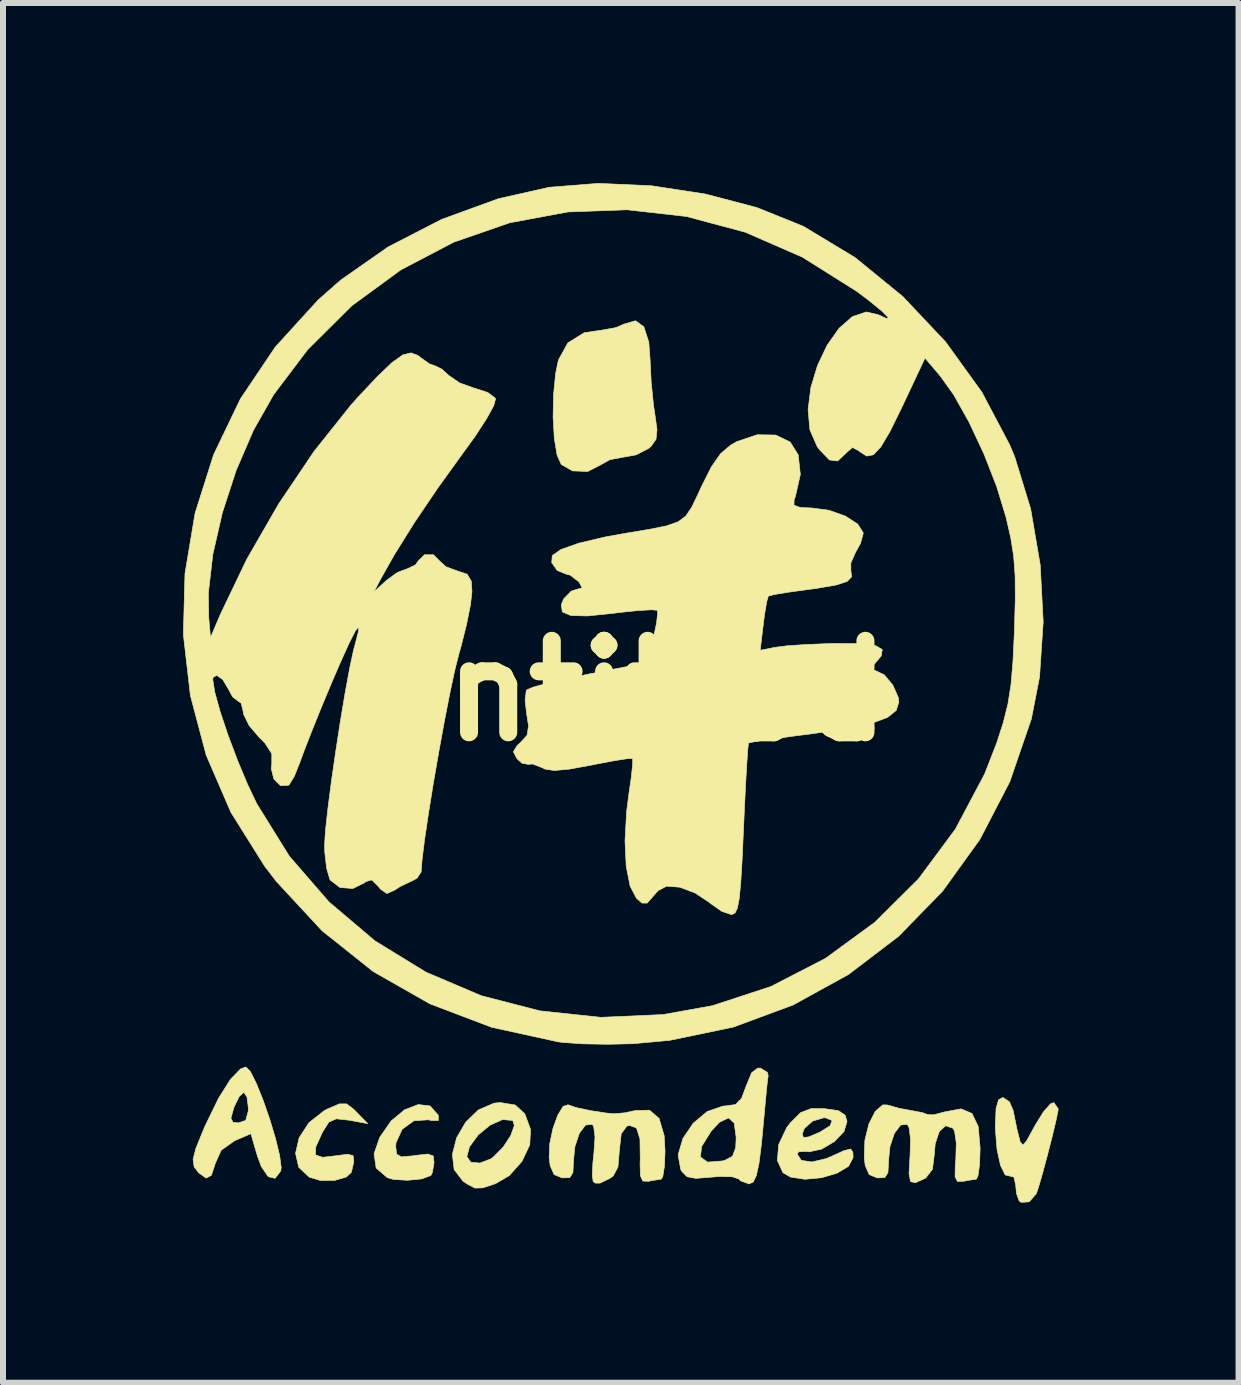
<source format=kicad_pcb>
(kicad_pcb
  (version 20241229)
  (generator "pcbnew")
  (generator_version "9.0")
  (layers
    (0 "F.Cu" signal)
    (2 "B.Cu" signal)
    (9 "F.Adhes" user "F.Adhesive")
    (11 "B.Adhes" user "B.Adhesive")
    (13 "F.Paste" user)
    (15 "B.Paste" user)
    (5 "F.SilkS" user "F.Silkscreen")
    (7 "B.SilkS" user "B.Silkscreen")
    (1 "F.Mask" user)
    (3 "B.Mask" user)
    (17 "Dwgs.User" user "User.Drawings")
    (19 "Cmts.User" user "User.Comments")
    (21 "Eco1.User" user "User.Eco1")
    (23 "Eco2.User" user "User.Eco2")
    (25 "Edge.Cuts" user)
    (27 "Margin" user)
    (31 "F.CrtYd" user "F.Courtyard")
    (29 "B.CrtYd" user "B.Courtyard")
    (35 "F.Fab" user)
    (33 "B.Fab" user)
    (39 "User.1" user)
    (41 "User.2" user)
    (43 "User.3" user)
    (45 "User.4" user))
  (footprint "Untitled"
    (layer "F.Cu")
    (at 7.268 8.461)
    (property "Reference" "Untitled" (at 0 0 0) (layer "F.SilkS") (effects (font (size 1.524 1.524) (thickness 0.3))))
    (attr through_hole)
    (fp_poly (pts (xy 0.409 -6.066) (xy 0.491 -5.812) (xy 0.513 -5.514) (xy 0.531 -5.146) (xy 0.569 -4.764) (xy 0.592 -4.614) (xy 0.628 -4.352) (xy 0.612 -4.194) (xy 0.535 -4.082) (xy 0.493 -4.043) (xy 0.278 -3.932) (xy 0.069 -3.895) (xy -0.157 -3.853) (xy -0.308 -3.768) (xy -0.526 -3.656) (xy -0.78 -3.666) (xy -0.968 -3.774) (xy -1.037 -3.931) (xy -1.083 -4.208) (xy -1.103 -4.559) (xy -1.096 -4.934) (xy -1.061 -5.287) (xy -1.015 -5.511) (xy -0.857 -5.799) (xy -0.584 -5.968) (xy -0.291 -6.011) (xy -0.057 -6.053) (xy 0.079 -6.112) (xy 0.27 -6.167) (xy 0.409 -6.066)) (stroke (width 0.01) (type solid)) (fill yes) (layer "F.SilkS"))
    (fp_poly (pts (xy -4.423 6.972) (xy -4.379 7.017) (xy -4.191 7.209) (xy -4.502 7.152) (xy -4.716 7.129) (xy -4.839 7.183) (xy -4.943 7.348) (xy -4.947 7.354) (xy -5.058 7.6) (xy -5.061 7.731) (xy -4.944 7.77) (xy -4.741 7.747) (xy -4.526 7.719) (xy -4.435 7.743) (xy -4.424 7.836) (xy -4.428 7.864) (xy -4.464 8.02) (xy -4.548 8.098) (xy -4.738 8.154) (xy -4.743 8.155) (xy -4.982 8.156) (xy -5.166 8.101) (xy -5.341 7.936) (xy -5.394 7.704) (xy -5.334 7.444) (xy -5.171 7.194) (xy -4.916 6.993) (xy -4.862 6.965) (xy -4.664 6.88) (xy -4.543 6.88) (xy -4.423 6.972)) (stroke (width 0.01) (type solid)) (fill yes) (layer "F.SilkS"))
    (fp_poly (pts (xy -3.153 6.915) (xy -3.02 7.063) (xy -3.016 7.074) (xy -3.015 7.158) (xy -3.133 7.157) (xy -3.181 7.145) (xy -3.421 7.161) (xy -3.619 7.304) (xy -3.721 7.53) (xy -3.725 7.592) (xy -3.71 7.718) (xy -3.631 7.763) (xy -3.442 7.746) (xy -3.4 7.739) (xy -3.19 7.716) (xy -3.101 7.747) (xy -3.087 7.852) (xy -3.088 7.864) (xy -3.114 8.021) (xy -3.138 8.072) (xy -3.292 8.13) (xy -3.528 8.153) (xy -3.762 8.139) (xy -3.866 8.109) (xy -4.051 7.949) (xy -4.086 7.711) (xy -3.992 7.439) (xy -3.803 7.166) (xy -3.578 6.979) (xy -3.35 6.891) (xy -3.153 6.915)) (stroke (width 0.01) (type solid)) (fill yes) (layer "F.SilkS"))
    (fp_poly (pts (xy -1.734 6.899) (xy -1.575 7.045) (xy -1.479 7.305) (xy -1.492 7.563) (xy -1.622 7.838) (xy -1.833 8.075) (xy -2.066 8.211) (xy -2.275 8.279) (xy -2.404 8.283) (xy -2.532 8.217) (xy -2.606 8.166) (xy -2.752 7.974) (xy -2.777 7.758) (xy -2.54 7.758) (xy -2.475 7.852) (xy -2.322 7.866) (xy -2.142 7.797) (xy -2.101 7.768) (xy -1.934 7.599) (xy -1.808 7.406) (xy -1.749 7.24) (xy -1.774 7.157) (xy -1.943 7.141) (xy -2.151 7.233) (xy -2.351 7.397) (xy -2.496 7.595) (xy -2.54 7.758) (xy -2.777 7.758) (xy -2.781 7.72) (xy -2.71 7.444) (xy -2.559 7.184) (xy -2.345 6.979) (xy -2.087 6.868) (xy -1.985 6.858) (xy -1.734 6.899)) (stroke (width 0.01) (type solid)) (fill yes) (layer "F.SilkS"))
    (fp_poly (pts (xy 6.5 6.846) (xy 6.56 6.985) (xy 6.63 7.325) (xy 6.679 7.514) (xy 6.725 7.565) (xy 6.789 7.492) (xy 6.89 7.307) (xy 6.928 7.237) (xy 7.064 7.016) (xy 7.182 6.881) (xy 7.239 6.859) (xy 7.311 6.961) (xy 7.311 6.985) (xy 7.275 7.16) (xy 7.211 7.428) (xy 7.132 7.737) (xy 7.052 8.034) (xy 6.985 8.266) (xy 6.947 8.377) (xy 6.828 8.512) (xy 6.695 8.521) (xy 6.662 8.497) (xy 6.617 8.374) (xy 6.604 8.236) (xy 6.575 8.101) (xy 6.519 8.086) (xy 6.429 8.064) (xy 6.351 7.905) (xy 6.293 7.641) (xy 6.266 7.307) (xy 6.265 7.233) (xy 6.277 6.954) (xy 6.319 6.811) (xy 6.391 6.773) (xy 6.5 6.846)) (stroke (width 0.01) (type solid)) (fill yes) (layer "F.SilkS"))
    (fp_poly (pts (xy -6.147 6.341) (xy -6.047 6.54) (xy -5.934 6.82) (xy -5.822 7.143) (xy -5.726 7.464) (xy -5.658 7.745) (xy -5.633 7.943) (xy -5.641 7.998) (xy -5.735 8.121) (xy -5.85 8.092) (xy -5.965 7.923) (xy -6.028 7.753) (xy -6.138 7.377) (xy -6.405 7.491) (xy -6.633 7.652) (xy -6.729 7.866) (xy -6.796 8.07) (xy -6.884 8.117) (xy -7.01 8.026) (xy -7.084 7.928) (xy -7.101 7.806) (xy -7.055 7.623) (xy -6.94 7.339) (xy -6.894 7.232) (xy -6.838 7.118) (xy -6.471 7.118) (xy -6.437 7.187) (xy -6.346 7.197) (xy -6.224 7.155) (xy -6.182 7.001) (xy -6.181 6.943) (xy -6.203 6.764) (xy -6.256 6.689) (xy -6.257 6.689) (xy -6.335 6.76) (xy -6.418 6.932) (xy -6.422 6.943) (xy -6.471 7.118) (xy -6.838 7.118) (xy -6.677 6.787) (xy -6.478 6.471) (xy -6.308 6.296) (xy -6.221 6.265) (xy -6.147 6.341)) (stroke (width 0.01) (type solid)) (fill yes) (layer "F.SilkS"))
    (fp_poly (pts (xy 3.419 6.96) (xy 3.65 6.993) (xy 3.761 7.067) (xy 3.794 7.173) (xy 3.743 7.341) (xy 3.583 7.508) (xy 3.37 7.634) (xy 3.16 7.679) (xy 3.111 7.672) (xy 2.988 7.678) (xy 2.963 7.715) (xy 3.032 7.821) (xy 3.208 7.848) (xy 3.446 7.792) (xy 3.524 7.759) (xy 3.746 7.658) (xy 3.855 7.632) (xy 3.891 7.685) (xy 3.895 7.776) (xy 3.819 7.92) (xy 3.626 8.035) (xy 3.366 8.111) (xy 3.091 8.136) (xy 2.851 8.099) (xy 2.726 8.026) (xy 2.633 7.823) (xy 2.656 7.556) (xy 2.738 7.383) (xy 3.048 7.383) (xy 3.068 7.441) (xy 3.155 7.43) (xy 3.34 7.352) (xy 3.511 7.245) (xy 3.546 7.157) (xy 3.437 7.113) (xy 3.404 7.112) (xy 3.222 7.166) (xy 3.082 7.29) (xy 3.048 7.383) (xy 2.738 7.383) (xy 2.788 7.277) (xy 2.847 7.199) (xy 3.021 7.025) (xy 3.197 6.958) (xy 3.419 6.96)) (stroke (width 0.01) (type solid)) (fill yes) (layer "F.SilkS"))
    (fp_poly (pts (xy 2.354 6.286) (xy 2.468 6.356) (xy 2.48 6.408) (xy 2.464 6.534) (xy 2.44 6.776) (xy 2.412 7.081) (xy 2.368 7.549) (xy 2.327 7.872) (xy 2.283 8.074) (xy 2.232 8.18) (xy 2.167 8.212) (xy 2.16 8.213) (xy 2.02 8.162) (xy 1.992 8.132) (xy 1.886 8.095) (xy 1.672 8.089) (xy 1.53 8.101) (xy 1.274 8.121) (xy 1.13 8.094) (xy 1.043 8.007) (xy 1.023 7.971) (xy 0.986 7.766) (xy 1.352 7.766) (xy 1.469 7.85) (xy 1.717 7.831) (xy 1.757 7.821) (xy 1.885 7.754) (xy 1.939 7.611) (xy 1.947 7.441) (xy 1.914 7.199) (xy 1.819 7.114) (xy 1.668 7.186) (xy 1.53 7.335) (xy 1.371 7.591) (xy 1.352 7.766) (xy 0.986 7.766) (xy 0.98 7.729) (xy 1.059 7.458) (xy 1.231 7.203) (xy 1.463 7.008) (xy 1.725 6.917) (xy 1.77 6.914) (xy 1.936 6.891) (xy 2.037 6.789) (xy 2.112 6.585) (xy 2.204 6.362) (xy 2.308 6.283) (xy 2.354 6.286)) (stroke (width 0.01) (type solid)) (fill yes) (layer "F.SilkS"))
    (fp_poly (pts (xy -0.718 6.942) (xy -0.483 6.992) (xy -0.223 7.032) (xy -0.085 7.045) (xy 0.091 7.029) (xy 0.263 6.992) (xy 0.503 6.985) (xy 0.663 7.123) (xy 0.747 7.409) (xy 0.762 7.668) (xy 0.751 7.923) (xy 0.724 8.093) (xy 0.699 8.134) (xy 0.568 8.154) (xy 0.483 8.17) (xy 0.391 8.165) (xy 0.351 8.077) (xy 0.346 7.869) (xy 0.349 7.798) (xy 0.344 7.464) (xy 0.286 7.281) (xy 0.171 7.239) (xy 0.124 7.252) (xy 0.032 7.377) (xy 0.000015 7.66) (xy 0 7.668) (xy -0.023 7.934) (xy -0.103 8.082) (xy -0.164 8.125) (xy -0.321 8.2) (xy -0.401 8.2) (xy -0.436 8.171) (xy -0.45 8.071) (xy -0.44 7.859) (xy -0.423 7.702) (xy -0.405 7.431) (xy -0.427 7.257) (xy -0.451 7.222) (xy -0.563 7.232) (xy -0.666 7.37) (xy -0.74 7.592) (xy -0.762 7.811) (xy -0.773 8.023) (xy -0.826 8.109) (xy -0.947 8.113) (xy -0.953 8.113) (xy -1.087 8.057) (xy -1.152 7.908) (xy -1.169 7.776) (xy -1.159 7.544) (xy -1.106 7.292) (xy -1.026 7.069) (xy -0.936 6.922) (xy -0.855 6.895) (xy -0.718 6.942)) (stroke (width 0.01) (type solid)) (fill yes) (layer "F.SilkS"))
    (fp_poly (pts (xy 4.466 6.898) (xy 4.661 6.954) (xy 4.859 6.99) (xy 5.047 7.025) (xy 5.141 7.06) (xy 5.239 7.062) (xy 5.42 7.014) (xy 5.693 6.963) (xy 5.876 7.04) (xy 5.979 7.255) (xy 6.011 7.618) (xy 6.011 7.623) (xy 6.002 7.891) (xy 5.976 8.077) (xy 5.948 8.134) (xy 5.818 8.154) (xy 5.726 8.171) (xy 5.633 8.17) (xy 5.594 8.096) (xy 5.597 7.91) (xy 5.607 7.787) (xy 5.614 7.529) (xy 5.586 7.338) (xy 5.56 7.287) (xy 5.438 7.244) (xy 5.331 7.34) (xy 5.263 7.543) (xy 5.249 7.712) (xy 5.217 7.97) (xy 5.107 8.112) (xy 5.086 8.125) (xy 4.933 8.194) (xy 4.852 8.175) (xy 4.827 8.042) (xy 4.842 7.769) (xy 4.844 7.743) (xy 4.852 7.472) (xy 4.829 7.28) (xy 4.799 7.222) (xy 4.687 7.232) (xy 4.583 7.37) (xy 4.509 7.592) (xy 4.487 7.811) (xy 4.476 8.023) (xy 4.423 8.109) (xy 4.302 8.113) (xy 4.297 8.113) (xy 4.162 8.057) (xy 4.097 7.908) (xy 4.081 7.776) (xy 4.091 7.486) (xy 4.158 7.215) (xy 4.264 7.005) (xy 4.389 6.897) (xy 4.466 6.898)) (stroke (width 0.01) (type solid)) (fill yes) (layer "F.SilkS"))
    (fp_poly (pts (xy 2.606 -4.263) (xy 2.846 -4.147) (xy 2.98 -3.934) (xy 3.016 -3.607) (xy 2.935 -3.245) (xy 2.912 -3.183) (xy 2.91 -3.095) (xy 3.013 -3.056) (xy 3.201 -3.048) (xy 3.493 -3.01) (xy 3.766 -2.913) (xy 3.972 -2.78) (xy 4.063 -2.636) (xy 4.063 -2.622) (xy 4.018 -2.457) (xy 3.937 -2.312) (xy 3.857 -2.13) (xy 3.858 -2.005) (xy 3.87 -1.901) (xy 3.796 -1.824) (xy 3.611 -1.764) (xy 3.292 -1.709) (xy 3.113 -1.685) (xy 2.814 -1.644) (xy 2.589 -1.607) (xy 2.484 -1.58) (xy 2.482 -1.578) (xy 2.455 -1.483) (xy 2.42 -1.275) (xy 2.399 -1.112) (xy 2.347 -0.677) (xy 2.598 -0.727) (xy 2.797 -0.752) (xy 3.109 -0.773) (xy 3.476 -0.788) (xy 3.596 -0.791) (xy 4.009 -0.787) (xy 4.266 -0.756) (xy 4.381 -0.69) (xy 4.364 -0.584) (xy 4.273 -0.475) (xy 4.185 -0.372) (xy 4.224 -0.34) (xy 4.265 -0.339) (xy 4.414 -0.268) (xy 4.557 -0.097) (xy 4.647 0.107) (xy 4.657 0.186) (xy 4.613 0.325) (xy 4.471 0.44) (xy 4.212 0.537) (xy 3.82 0.623) (xy 3.277 0.704) (xy 3.226 0.711) (xy 2.825 0.763) (xy 2.491 0.81) (xy 2.257 0.846) (xy 2.155 0.866) (xy 2.153 0.867) (xy 2.142 0.955) (xy 2.126 1.183) (xy 2.106 1.525) (xy 2.085 1.951) (xy 2.069 2.307) (xy 2.045 2.832) (xy 2.022 3.21) (xy 1.997 3.465) (xy 1.967 3.62) (xy 1.928 3.699) (xy 1.877 3.725) (xy 1.863 3.725) (xy 1.705 3.671) (xy 1.516 3.538) (xy 1.503 3.526) (xy 1.263 3.366) (xy 1.006 3.27) (xy 0.787 3.253) (xy 0.643 3.329) (xy 0.577 3.406) (xy 0.464 3.535) (xy 0.377 3.534) (xy 0.285 3.453) (xy 0.18 3.252) (xy 0.115 2.923) (xy 0.095 2.5) (xy 0.121 2.019) (xy 0.157 1.734) (xy 0.199 1.442) (xy 0.222 1.224) (xy 0.223 1.126) (xy 0.222 1.125) (xy 0.133 1.129) (xy -0.08 1.162) (xy -0.377 1.218) (xy -0.469 1.237) (xy -0.839 1.304) (xy -1.084 1.326) (xy -1.24 1.302) (xy -1.29 1.277) (xy -1.445 1.217) (xy -1.518 1.224) (xy -1.622 1.204) (xy -1.702 1.132) (xy -1.765 1.014) (xy -1.7 0.906) (xy -1.644 0.858) (xy -1.537 0.738) (xy -1.512 0.584) (xy -1.543 0.387) (xy -1.57 0.156) (xy -1.551 0.000164) (xy -1.538 -0.02) (xy -1.429 -0.065) (xy -1.19 -0.131) (xy -0.857 -0.209) (xy -0.499 -0.283) (xy 0.466 -0.472) (xy 0.569 -0.888) (xy 0.621 -1.133) (xy 0.639 -1.302) (xy 0.632 -1.344) (xy 0.535 -1.352) (xy 0.312 -1.339) (xy 0.006 -1.307) (xy -0.107 -1.292) (xy -0.532 -1.249) (xy -0.808 -1.256) (xy -0.949 -1.317) (xy -0.967 -1.435) (xy -0.927 -1.533) (xy -0.8 -1.663) (xy -0.706 -1.693) (xy -0.619 -1.716) (xy -0.668 -1.809) (xy -0.677 -1.82) (xy -0.816 -1.928) (xy -0.889 -1.947) (xy -1.035 -2.007) (xy -1.126 -2.137) (xy -1.117 -2.255) (xy -0.971 -2.357) (xy -0.672 -2.462) (xy -0.237 -2.565) (xy 0.085 -2.623) (xy 0.504 -2.693) (xy 0.791 -2.751) (xy 0.981 -2.818) (xy 1.108 -2.914) (xy 1.207 -3.061) (xy 1.312 -3.28) (xy 1.366 -3.399) (xy 1.534 -3.733) (xy 1.685 -3.95) (xy 1.853 -4.094) (xy 1.958 -4.154) (xy 2.298 -4.268) (xy 2.606 -4.263)) (stroke (width 0.01) (type solid)) (fill yes) (layer "F.SilkS"))
    (fp_poly (pts (xy 0.538 -8.416) (xy 1.436 -8.278) (xy 2.292 -8.053) (xy 3.051 -7.747) (xy 3.074 -7.736) (xy 3.928 -7.22) (xy 4.725 -6.569) (xy 5.438 -5.812) (xy 6.04 -4.978) (xy 6.506 -4.095) (xy 6.589 -3.895) (xy 6.853 -3.034) (xy 7.012 -2.103) (xy 7.062 -1.152) (xy 7.001 -0.231) (xy 6.865 0.466) (xy 6.505 1.514) (xy 6.007 2.474) (xy 5.386 3.336) (xy 4.652 4.089) (xy 3.818 4.724) (xy 2.896 5.232) (xy 1.899 5.601) (xy 0.838 5.822) (xy 0.223 5.878) (xy -0.191 5.887) (xy -0.606 5.88) (xy -0.946 5.856) (xy -1.016 5.847) (xy -2.127 5.604) (xy -3.156 5.213) (xy -4.099 4.676) (xy -4.952 3.996) (xy -5.714 3.174) (xy -5.908 2.921) (xy -6.471 2.023) (xy -6.883 1.069) (xy -7.146 0.076) (xy -7.263 -0.938) (xy -7.245 -1.629) (xy -6.847 -1.629) (xy -6.841 -1.228) (xy -6.811 -0.889) (xy -6.649 -1.27) (xy -6.207 -2.193) (xy -5.674 -3.118) (xy -5.084 -3.993) (xy -4.471 -4.762) (xy -4.356 -4.891) (xy -4.028 -5.24) (xy -3.786 -5.471) (xy -3.607 -5.598) (xy -3.471 -5.632) (xy -3.356 -5.59) (xy -3.309 -5.552) (xy -3.16 -5.447) (xy -3.076 -5.419) (xy -2.958 -5.362) (xy -2.844 -5.258) (xy -2.66 -5.131) (xy -2.415 -5.044) (xy -2.403 -5.041) (xy -2.193 -4.973) (xy -2.068 -4.879) (xy -2.062 -4.866) (xy -2.092 -4.753) (xy -2.211 -4.536) (xy -2.401 -4.244) (xy -2.606 -3.961) (xy -3.02 -3.387) (xy -3.411 -2.809) (xy -3.746 -2.272) (xy -3.977 -1.863) (xy -4.087 -1.651) (xy -3.88 -1.841) (xy -3.697 -1.974) (xy -3.543 -2.032) (xy -3.538 -2.032) (xy -3.394 -2.101) (xy -3.356 -2.159) (xy -3.245 -2.269) (xy -3.096 -2.268) (xy -2.998 -2.169) (xy -2.889 -2.069) (xy -2.704 -2.001) (xy -2.535 -1.945) (xy -2.466 -1.829) (xy -2.455 -1.654) (xy -2.479 -1.438) (xy -2.543 -1.117) (xy -2.635 -0.75) (xy -2.673 -0.615) (xy -2.741 -0.345) (xy -2.824 0.041) (xy -2.915 0.509) (xy -3.009 1.023) (xy -3.1 1.547) (xy -3.18 2.045) (xy -3.245 2.481) (xy -3.287 2.82) (xy -3.302 3.017) (xy -3.371 3.121) (xy -3.45 3.163) (xy -3.646 3.256) (xy -3.744 3.319) (xy -3.873 3.376) (xy -3.981 3.3) (xy -4.014 3.258) (xy -4.126 3.148) (xy -4.225 3.178) (xy -4.245 3.196) (xy -4.439 3.292) (xy -4.655 3.275) (xy -4.815 3.152) (xy -4.823 3.138) (xy -4.876 2.957) (xy -4.907 2.689) (xy -4.91 2.567) (xy -4.896 2.331) (xy -4.856 1.968) (xy -4.798 1.517) (xy -4.726 1.018) (xy -4.648 0.51) (xy -4.568 0.032) (xy -4.493 -0.376) (xy -4.429 -0.674) (xy -4.407 -0.756) (xy -4.346 -0.989) (xy -4.343 -1.068) (xy -4.398 -1) (xy -4.505 -0.788) (xy -4.663 -0.438) (xy -4.804 -0.11) (xy -4.975 0.301) (xy -5.13 0.686) (xy -5.253 1.001) (xy -5.327 1.204) (xy -5.328 1.205) (xy -5.414 1.421) (xy -5.497 1.558) (xy -5.513 1.572) (xy -5.646 1.578) (xy -5.755 1.468) (xy -5.799 1.294) (xy -5.79 1.218) (xy -5.79 1.046) (xy -5.903 0.87) (xy -6.002 0.771) (xy -6.168 0.576) (xy -6.259 0.391) (xy -6.265 0.347) (xy -6.3 0.205) (xy -6.352 0.169) (xy -6.443 0.099) (xy -6.519 -0.042) (xy -6.607 -0.189) (xy -6.705 -0.259) (xy -6.768 -0.227) (xy -6.773 -0.189) (xy -6.74 0.022) (xy -6.651 0.343) (xy -6.52 0.734) (xy -6.363 1.152) (xy -6.195 1.554) (xy -6.041 1.878) (xy -5.498 2.753) (xy -4.836 3.517) (xy -4.072 4.164) (xy -3.221 4.686) (xy -2.3 5.078) (xy -1.324 5.33) (xy -0.309 5.438) (xy 0.729 5.392) (xy 1.553 5.244) (xy 2.527 4.924) (xy 3.433 4.457) (xy 4.257 3.855) (xy 4.983 3.134) (xy 5.598 2.305) (xy 6.087 1.383) (xy 6.288 0.866) (xy 6.398 0.525) (xy 6.474 0.22) (xy 6.525 -0.099) (xy 6.558 -0.483) (xy 6.582 -0.982) (xy 6.583 -1.02) (xy 6.597 -1.531) (xy 6.594 -1.923) (xy 6.57 -2.245) (xy 6.522 -2.549) (xy 6.446 -2.883) (xy 6.446 -2.883) (xy 6.288 -3.403) (xy 6.074 -3.951) (xy 5.827 -4.478) (xy 5.571 -4.934) (xy 5.345 -5.249) (xy 5.093 -5.546) (xy 4.705 -4.72) (xy 4.509 -4.321) (xy 4.357 -4.065) (xy 4.233 -3.934) (xy 4.121 -3.913) (xy 4.005 -3.987) (xy 3.991 -4) (xy 3.885 -4.056) (xy 3.781 -3.967) (xy 3.774 -3.958) (xy 3.637 -3.831) (xy 3.501 -3.848) (xy 3.338 -4.016) (xy 3.297 -4.071) (xy 3.175 -4.35) (xy 3.145 -4.687) (xy 3.191 -5.054) (xy 3.302 -5.421) (xy 3.462 -5.759) (xy 3.66 -6.04) (xy 3.882 -6.235) (xy 4.114 -6.314) (xy 4.31 -6.269) (xy 4.46 -6.201) (xy 4.479 -6.223) (xy 4.377 -6.326) (xy 4.162 -6.502) (xy 3.958 -6.656) (xy 3.05 -7.227) (xy 2.099 -7.642) (xy 1.121 -7.904) (xy 0.13 -8.016) (xy -0.856 -7.98) (xy -1.824 -7.8) (xy -2.757 -7.477) (xy -3.64 -7.015) (xy -4.457 -6.417) (xy -5.194 -5.684) (xy -5.76 -4.935) (xy -6.095 -4.344) (xy -6.384 -3.673) (xy -6.614 -2.967) (xy -6.773 -2.271) (xy -6.847 -1.629) (xy -7.245 -1.629) (xy -7.236 -1.956) (xy -7.068 -2.961) (xy -6.759 -3.936) (xy -6.313 -4.865) (xy -5.732 -5.729) (xy -5.018 -6.513) (xy -4.641 -6.845) (xy -3.852 -7.397) (xy -2.96 -7.856) (xy -2.016 -8.2) (xy -1.168 -8.391) (xy -0.348 -8.456) (xy 0.538 -8.416)) (stroke (width 0.01) (type solid)) (fill yes) (layer "F.SilkS")))
  (gr_rect
    (start -3 -3)
    (end 17.585 19.987)
    (stroke (width 0.1) (type default))
    (fill no)
    (layer "Edge.Cuts")))
</source>
